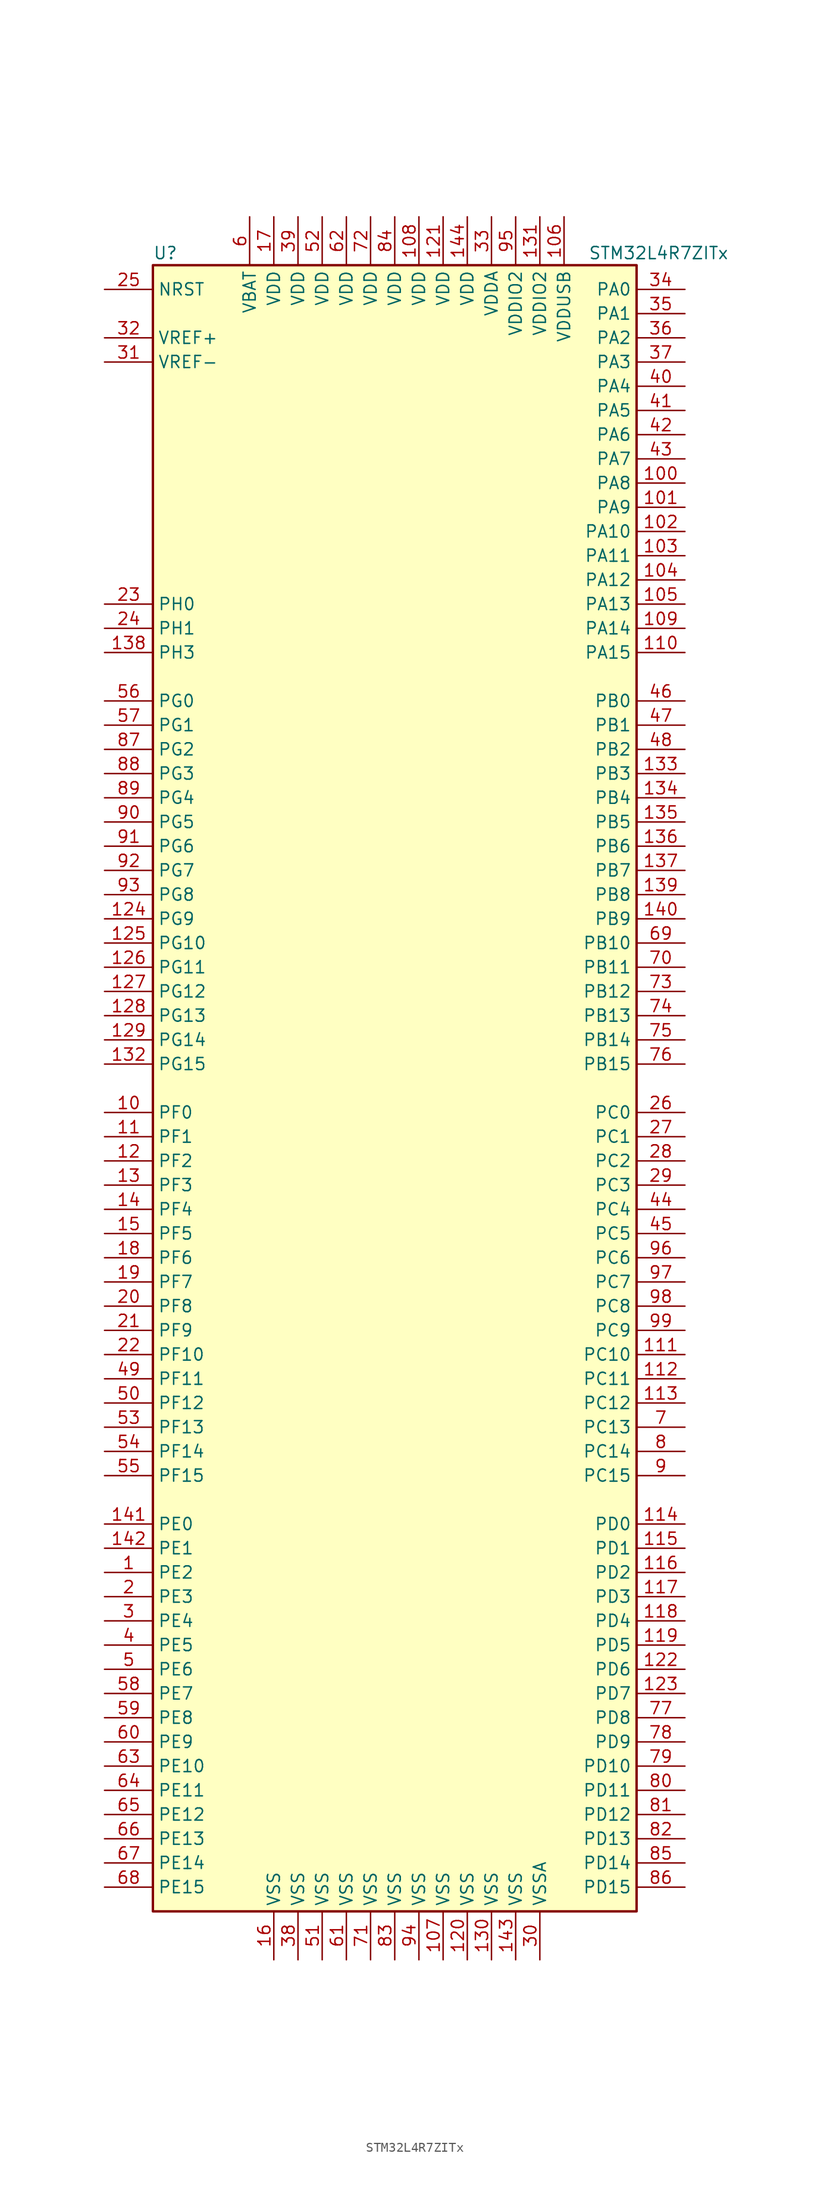
<source format=kicad_sym>
(kicad_symbol_lib
  (version 20220914)
  (generator kicad_symbol_editor)
  (symbol "STM32L4R7ZITx"
    (property "Reference" "U"
      (at -25.4 87.63 0)
      (effects (font (size 1.27 1.27)) (justify left)))
    (property "Value" "STM32L4R7ZITx"
      (at 20.32 87.63 0)
      (effects (font (size 1.27 1.27)) (justify left)))
    (symbol "STM32L4R7ZITx_0_1"
      (rectangle (start -25.4 -86.36) (end 25.4 86.36) (stroke (width 0.254) (type default)) (fill (type background))))
    (symbol "STM32L4R7ZITx_1_1"
      (pin bidirectional line (at -30.48 -50.8 0) (length 5.08) (name "PE2" (effects (font (size 1.27 1.27)))) (number "1" (effects (font (size 1.27 1.27)))))
      (pin bidirectional line (at -30.48 -2.54 0) (length 5.08) (name "PF0" (effects (font (size 1.27 1.27)))) (number "10" (effects (font (size 1.27 1.27)))))
      (pin bidirectional line (at 30.48 63.5 180) (length 5.08) (name "PA8" (effects (font (size 1.27 1.27)))) (number "100" (effects (font (size 1.27 1.27)))))
      (pin bidirectional line (at 30.48 60.96 180) (length 5.08) (name "PA9" (effects (font (size 1.27 1.27)))) (number "101" (effects (font (size 1.27 1.27)))))
      (pin bidirectional line (at 30.48 58.42 180) (length 5.08) (name "PA10" (effects (font (size 1.27 1.27)))) (number "102" (effects (font (size 1.27 1.27)))))
      (pin bidirectional line (at 30.48 55.88 180) (length 5.08) (name "PA11" (effects (font (size 1.27 1.27)))) (number "103" (effects (font (size 1.27 1.27)))))
      (pin bidirectional line (at 30.48 53.34 180) (length 5.08) (name "PA12" (effects (font (size 1.27 1.27)))) (number "104" (effects (font (size 1.27 1.27)))))
      (pin bidirectional line (at 30.48 50.8 180) (length 5.08) (name "PA13" (effects (font (size 1.27 1.27)))) (number "105" (effects (font (size 1.27 1.27)))))
      (pin power_in line (at 17.78 91.44 270) (length 5.08) (name "VDDUSB" (effects (font (size 1.27 1.27)))) (number "106" (effects (font (size 1.27 1.27)))))
      (pin power_in line (at 5.08 -91.44 90) (length 5.08) (name "VSS" (effects (font (size 1.27 1.27)))) (number "107" (effects (font (size 1.27 1.27)))))
      (pin power_in line (at 2.54 91.44 270) (length 5.08) (name "VDD" (effects (font (size 1.27 1.27)))) (number "108" (effects (font (size 1.27 1.27)))))
      (pin bidirectional line (at 30.48 48.26 180) (length 5.08) (name "PA14" (effects (font (size 1.27 1.27)))) (number "109" (effects (font (size 1.27 1.27)))))
      (pin bidirectional line (at -30.48 -5.08 0) (length 5.08) (name "PF1" (effects (font (size 1.27 1.27)))) (number "11" (effects (font (size 1.27 1.27)))))
      (pin bidirectional line (at 30.48 45.72 180) (length 5.08) (name "PA15" (effects (font (size 1.27 1.27)))) (number "110" (effects (font (size 1.27 1.27)))))
      (pin bidirectional line (at 30.48 -27.94 180) (length 5.08) (name "PC10" (effects (font (size 1.27 1.27)))) (number "111" (effects (font (size 1.27 1.27)))))
      (pin bidirectional line (at 30.48 -30.48 180) (length 5.08) (name "PC11" (effects (font (size 1.27 1.27)))) (number "112" (effects (font (size 1.27 1.27)))))
      (pin bidirectional line (at 30.48 -33.02 180) (length 5.08) (name "PC12" (effects (font (size 1.27 1.27)))) (number "113" (effects (font (size 1.27 1.27)))))
      (pin bidirectional line (at 30.48 -45.72 180) (length 5.08) (name "PD0" (effects (font (size 1.27 1.27)))) (number "114" (effects (font (size 1.27 1.27)))))
      (pin bidirectional line (at 30.48 -48.26 180) (length 5.08) (name "PD1" (effects (font (size 1.27 1.27)))) (number "115" (effects (font (size 1.27 1.27)))))
      (pin bidirectional line (at 30.48 -50.8 180) (length 5.08) (name "PD2" (effects (font (size 1.27 1.27)))) (number "116" (effects (font (size 1.27 1.27)))))
      (pin bidirectional line (at 30.48 -53.34 180) (length 5.08) (name "PD3" (effects (font (size 1.27 1.27)))) (number "117" (effects (font (size 1.27 1.27)))))
      (pin bidirectional line (at 30.48 -55.88 180) (length 5.08) (name "PD4" (effects (font (size 1.27 1.27)))) (number "118" (effects (font (size 1.27 1.27)))))
      (pin bidirectional line (at 30.48 -58.42 180) (length 5.08) (name "PD5" (effects (font (size 1.27 1.27)))) (number "119" (effects (font (size 1.27 1.27)))))
      (pin bidirectional line (at -30.48 -7.62 0) (length 5.08) (name "PF2" (effects (font (size 1.27 1.27)))) (number "12" (effects (font (size 1.27 1.27)))))
      (pin power_in line (at 7.62 -91.44 90) (length 5.08) (name "VSS" (effects (font (size 1.27 1.27)))) (number "120" (effects (font (size 1.27 1.27)))))
      (pin power_in line (at 5.08 91.44 270) (length 5.08) (name "VDD" (effects (font (size 1.27 1.27)))) (number "121" (effects (font (size 1.27 1.27)))))
      (pin bidirectional line (at 30.48 -60.96 180) (length 5.08) (name "PD6" (effects (font (size 1.27 1.27)))) (number "122" (effects (font (size 1.27 1.27)))))
      (pin bidirectional line (at 30.48 -63.5 180) (length 5.08) (name "PD7" (effects (font (size 1.27 1.27)))) (number "123" (effects (font (size 1.27 1.27)))))
      (pin bidirectional line (at -30.48 17.78 0) (length 5.08) (name "PG9" (effects (font (size 1.27 1.27)))) (number "124" (effects (font (size 1.27 1.27)))))
      (pin bidirectional line (at -30.48 15.24 0) (length 5.08) (name "PG10" (effects (font (size 1.27 1.27)))) (number "125" (effects (font (size 1.27 1.27)))))
      (pin bidirectional line (at -30.48 12.7 0) (length 5.08) (name "PG11" (effects (font (size 1.27 1.27)))) (number "126" (effects (font (size 1.27 1.27)))))
      (pin bidirectional line (at -30.48 10.16 0) (length 5.08) (name "PG12" (effects (font (size 1.27 1.27)))) (number "127" (effects (font (size 1.27 1.27)))))
      (pin bidirectional line (at -30.48 7.62 0) (length 5.08) (name "PG13" (effects (font (size 1.27 1.27)))) (number "128" (effects (font (size 1.27 1.27)))))
      (pin bidirectional line (at -30.48 5.08 0) (length 5.08) (name "PG14" (effects (font (size 1.27 1.27)))) (number "129" (effects (font (size 1.27 1.27)))))
      (pin bidirectional line (at -30.48 -10.16 0) (length 5.08) (name "PF3" (effects (font (size 1.27 1.27)))) (number "13" (effects (font (size 1.27 1.27)))))
      (pin power_in line (at 10.16 -91.44 90) (length 5.08) (name "VSS" (effects (font (size 1.27 1.27)))) (number "130" (effects (font (size 1.27 1.27)))))
      (pin power_in line (at 15.24 91.44 270) (length 5.08) (name "VDDIO2" (effects (font (size 1.27 1.27)))) (number "131" (effects (font (size 1.27 1.27)))))
      (pin bidirectional line (at -30.48 2.54 0) (length 5.08) (name "PG15" (effects (font (size 1.27 1.27)))) (number "132" (effects (font (size 1.27 1.27)))))
      (pin bidirectional line (at 30.48 33.02 180) (length 5.08) (name "PB3" (effects (font (size 1.27 1.27)))) (number "133" (effects (font (size 1.27 1.27)))))
      (pin bidirectional line (at 30.48 30.48 180) (length 5.08) (name "PB4" (effects (font (size 1.27 1.27)))) (number "134" (effects (font (size 1.27 1.27)))))
      (pin bidirectional line (at 30.48 27.94 180) (length 5.08) (name "PB5" (effects (font (size 1.27 1.27)))) (number "135" (effects (font (size 1.27 1.27)))))
      (pin bidirectional line (at 30.48 25.4 180) (length 5.08) (name "PB6" (effects (font (size 1.27 1.27)))) (number "136" (effects (font (size 1.27 1.27)))))
      (pin bidirectional line (at 30.48 22.86 180) (length 5.08) (name "PB7" (effects (font (size 1.27 1.27)))) (number "137" (effects (font (size 1.27 1.27)))))
      (pin bidirectional line (at -30.48 45.72 0) (length 5.08) (name "PH3" (effects (font (size 1.27 1.27)))) (number "138" (effects (font (size 1.27 1.27)))))
      (pin bidirectional line (at 30.48 20.32 180) (length 5.08) (name "PB8" (effects (font (size 1.27 1.27)))) (number "139" (effects (font (size 1.27 1.27)))))
      (pin bidirectional line (at -30.48 -12.7 0) (length 5.08) (name "PF4" (effects (font (size 1.27 1.27)))) (number "14" (effects (font (size 1.27 1.27)))))
      (pin bidirectional line (at 30.48 17.78 180) (length 5.08) (name "PB9" (effects (font (size 1.27 1.27)))) (number "140" (effects (font (size 1.27 1.27)))))
      (pin bidirectional line (at -30.48 -45.72 0) (length 5.08) (name "PE0" (effects (font (size 1.27 1.27)))) (number "141" (effects (font (size 1.27 1.27)))))
      (pin bidirectional line (at -30.48 -48.26 0) (length 5.08) (name "PE1" (effects (font (size 1.27 1.27)))) (number "142" (effects (font (size 1.27 1.27)))))
      (pin power_in line (at 12.7 -91.44 90) (length 5.08) (name "VSS" (effects (font (size 1.27 1.27)))) (number "143" (effects (font (size 1.27 1.27)))))
      (pin power_in line (at 7.62 91.44 270) (length 5.08) (name "VDD" (effects (font (size 1.27 1.27)))) (number "144" (effects (font (size 1.27 1.27)))))
      (pin bidirectional line (at -30.48 -15.24 0) (length 5.08) (name "PF5" (effects (font (size 1.27 1.27)))) (number "15" (effects (font (size 1.27 1.27)))))
      (pin power_in line (at -12.7 -91.44 90) (length 5.08) (name "VSS" (effects (font (size 1.27 1.27)))) (number "16" (effects (font (size 1.27 1.27)))))
      (pin power_in line (at -12.7 91.44 270) (length 5.08) (name "VDD" (effects (font (size 1.27 1.27)))) (number "17" (effects (font (size 1.27 1.27)))))
      (pin bidirectional line (at -30.48 -17.78 0) (length 5.08) (name "PF6" (effects (font (size 1.27 1.27)))) (number "18" (effects (font (size 1.27 1.27)))))
      (pin bidirectional line (at -30.48 -20.32 0) (length 5.08) (name "PF7" (effects (font (size 1.27 1.27)))) (number "19" (effects (font (size 1.27 1.27)))))
      (pin bidirectional line (at -30.48 -53.34 0) (length 5.08) (name "PE3" (effects (font (size 1.27 1.27)))) (number "2" (effects (font (size 1.27 1.27)))))
      (pin bidirectional line (at -30.48 -22.86 0) (length 5.08) (name "PF8" (effects (font (size 1.27 1.27)))) (number "20" (effects (font (size 1.27 1.27)))))
      (pin bidirectional line (at -30.48 -25.4 0) (length 5.08) (name "PF9" (effects (font (size 1.27 1.27)))) (number "21" (effects (font (size 1.27 1.27)))))
      (pin bidirectional line (at -30.48 -27.94 0) (length 5.08) (name "PF10" (effects (font (size 1.27 1.27)))) (number "22" (effects (font (size 1.27 1.27)))))
      (pin input line (at -30.48 50.8 0) (length 5.08) (name "PH0" (effects (font (size 1.27 1.27)))) (number "23" (effects (font (size 1.27 1.27)))))
      (pin input line (at -30.48 48.26 0) (length 5.08) (name "PH1" (effects (font (size 1.27 1.27)))) (number "24" (effects (font (size 1.27 1.27)))))
      (pin input line (at -30.48 83.82 0) (length 5.08) (name "NRST" (effects (font (size 1.27 1.27)))) (number "25" (effects (font (size 1.27 1.27)))))
      (pin bidirectional line (at 30.48 -2.54 180) (length 5.08) (name "PC0" (effects (font (size 1.27 1.27)))) (number "26" (effects (font (size 1.27 1.27)))))
      (pin bidirectional line (at 30.48 -5.08 180) (length 5.08) (name "PC1" (effects (font (size 1.27 1.27)))) (number "27" (effects (font (size 1.27 1.27)))))
      (pin bidirectional line (at 30.48 -7.62 180) (length 5.08) (name "PC2" (effects (font (size 1.27 1.27)))) (number "28" (effects (font (size 1.27 1.27)))))
      (pin bidirectional line (at 30.48 -10.16 180) (length 5.08) (name "PC3" (effects (font (size 1.27 1.27)))) (number "29" (effects (font (size 1.27 1.27)))))
      (pin bidirectional line (at -30.48 -55.88 0) (length 5.08) (name "PE4" (effects (font (size 1.27 1.27)))) (number "3" (effects (font (size 1.27 1.27)))))
      (pin power_in line (at 15.24 -91.44 90) (length 5.08) (name "VSSA" (effects (font (size 1.27 1.27)))) (number "30" (effects (font (size 1.27 1.27)))))
      (pin power_in line (at -30.48 76.2 0) (length 5.08) (name "VREF-" (effects (font (size 1.27 1.27)))) (number "31" (effects (font (size 1.27 1.27)))))
      (pin bidirectional line (at -30.48 78.74 0) (length 5.08) (name "VREF+" (effects (font (size 1.27 1.27)))) (number "32" (effects (font (size 1.27 1.27)))))
      (pin power_in line (at 10.16 91.44 270) (length 5.08) (name "VDDA" (effects (font (size 1.27 1.27)))) (number "33" (effects (font (size 1.27 1.27)))))
      (pin bidirectional line (at 30.48 83.82 180) (length 5.08) (name "PA0" (effects (font (size 1.27 1.27)))) (number "34" (effects (font (size 1.27 1.27)))))
      (pin bidirectional line (at 30.48 81.28 180) (length 5.08) (name "PA1" (effects (font (size 1.27 1.27)))) (number "35" (effects (font (size 1.27 1.27)))))
      (pin bidirectional line (at 30.48 78.74 180) (length 5.08) (name "PA2" (effects (font (size 1.27 1.27)))) (number "36" (effects (font (size 1.27 1.27)))))
      (pin bidirectional line (at 30.48 76.2 180) (length 5.08) (name "PA3" (effects (font (size 1.27 1.27)))) (number "37" (effects (font (size 1.27 1.27)))))
      (pin power_in line (at -10.16 -91.44 90) (length 5.08) (name "VSS" (effects (font (size 1.27 1.27)))) (number "38" (effects (font (size 1.27 1.27)))))
      (pin power_in line (at -10.16 91.44 270) (length 5.08) (name "VDD" (effects (font (size 1.27 1.27)))) (number "39" (effects (font (size 1.27 1.27)))))
      (pin bidirectional line (at -30.48 -58.42 0) (length 5.08) (name "PE5" (effects (font (size 1.27 1.27)))) (number "4" (effects (font (size 1.27 1.27)))))
      (pin bidirectional line (at 30.48 73.66 180) (length 5.08) (name "PA4" (effects (font (size 1.27 1.27)))) (number "40" (effects (font (size 1.27 1.27)))))
      (pin bidirectional line (at 30.48 71.12 180) (length 5.08) (name "PA5" (effects (font (size 1.27 1.27)))) (number "41" (effects (font (size 1.27 1.27)))))
      (pin bidirectional line (at 30.48 68.58 180) (length 5.08) (name "PA6" (effects (font (size 1.27 1.27)))) (number "42" (effects (font (size 1.27 1.27)))))
      (pin bidirectional line (at 30.48 66.04 180) (length 5.08) (name "PA7" (effects (font (size 1.27 1.27)))) (number "43" (effects (font (size 1.27 1.27)))))
      (pin bidirectional line (at 30.48 -12.7 180) (length 5.08) (name "PC4" (effects (font (size 1.27 1.27)))) (number "44" (effects (font (size 1.27 1.27)))))
      (pin bidirectional line (at 30.48 -15.24 180) (length 5.08) (name "PC5" (effects (font (size 1.27 1.27)))) (number "45" (effects (font (size 1.27 1.27)))))
      (pin bidirectional line (at 30.48 40.64 180) (length 5.08) (name "PB0" (effects (font (size 1.27 1.27)))) (number "46" (effects (font (size 1.27 1.27)))))
      (pin bidirectional line (at 30.48 38.1 180) (length 5.08) (name "PB1" (effects (font (size 1.27 1.27)))) (number "47" (effects (font (size 1.27 1.27)))))
      (pin bidirectional line (at 30.48 35.56 180) (length 5.08) (name "PB2" (effects (font (size 1.27 1.27)))) (number "48" (effects (font (size 1.27 1.27)))))
      (pin bidirectional line (at -30.48 -30.48 0) (length 5.08) (name "PF11" (effects (font (size 1.27 1.27)))) (number "49" (effects (font (size 1.27 1.27)))))
      (pin bidirectional line (at -30.48 -60.96 0) (length 5.08) (name "PE6" (effects (font (size 1.27 1.27)))) (number "5" (effects (font (size 1.27 1.27)))))
      (pin bidirectional line (at -30.48 -33.02 0) (length 5.08) (name "PF12" (effects (font (size 1.27 1.27)))) (number "50" (effects (font (size 1.27 1.27)))))
      (pin power_in line (at -7.62 -91.44 90) (length 5.08) (name "VSS" (effects (font (size 1.27 1.27)))) (number "51" (effects (font (size 1.27 1.27)))))
      (pin power_in line (at -7.62 91.44 270) (length 5.08) (name "VDD" (effects (font (size 1.27 1.27)))) (number "52" (effects (font (size 1.27 1.27)))))
      (pin bidirectional line (at -30.48 -35.56 0) (length 5.08) (name "PF13" (effects (font (size 1.27 1.27)))) (number "53" (effects (font (size 1.27 1.27)))))
      (pin bidirectional line (at -30.48 -38.1 0) (length 5.08) (name "PF14" (effects (font (size 1.27 1.27)))) (number "54" (effects (font (size 1.27 1.27)))))
      (pin bidirectional line (at -30.48 -40.64 0) (length 5.08) (name "PF15" (effects (font (size 1.27 1.27)))) (number "55" (effects (font (size 1.27 1.27)))))
      (pin bidirectional line (at -30.48 40.64 0) (length 5.08) (name "PG0" (effects (font (size 1.27 1.27)))) (number "56" (effects (font (size 1.27 1.27)))))
      (pin bidirectional line (at -30.48 38.1 0) (length 5.08) (name "PG1" (effects (font (size 1.27 1.27)))) (number "57" (effects (font (size 1.27 1.27)))))
      (pin bidirectional line (at -30.48 -63.5 0) (length 5.08) (name "PE7" (effects (font (size 1.27 1.27)))) (number "58" (effects (font (size 1.27 1.27)))))
      (pin bidirectional line (at -30.48 -66.04 0) (length 5.08) (name "PE8" (effects (font (size 1.27 1.27)))) (number "59" (effects (font (size 1.27 1.27)))))
      (pin power_in line (at -15.24 91.44 270) (length 5.08) (name "VBAT" (effects (font (size 1.27 1.27)))) (number "6" (effects (font (size 1.27 1.27)))))
      (pin bidirectional line (at -30.48 -68.58 0) (length 5.08) (name "PE9" (effects (font (size 1.27 1.27)))) (number "60" (effects (font (size 1.27 1.27)))))
      (pin power_in line (at -5.08 -91.44 90) (length 5.08) (name "VSS" (effects (font (size 1.27 1.27)))) (number "61" (effects (font (size 1.27 1.27)))))
      (pin power_in line (at -5.08 91.44 270) (length 5.08) (name "VDD" (effects (font (size 1.27 1.27)))) (number "62" (effects (font (size 1.27 1.27)))))
      (pin bidirectional line (at -30.48 -71.12 0) (length 5.08) (name "PE10" (effects (font (size 1.27 1.27)))) (number "63" (effects (font (size 1.27 1.27)))))
      (pin bidirectional line (at -30.48 -73.66 0) (length 5.08) (name "PE11" (effects (font (size 1.27 1.27)))) (number "64" (effects (font (size 1.27 1.27)))))
      (pin bidirectional line (at -30.48 -76.2 0) (length 5.08) (name "PE12" (effects (font (size 1.27 1.27)))) (number "65" (effects (font (size 1.27 1.27)))))
      (pin bidirectional line (at -30.48 -78.74 0) (length 5.08) (name "PE13" (effects (font (size 1.27 1.27)))) (number "66" (effects (font (size 1.27 1.27)))))
      (pin bidirectional line (at -30.48 -81.28 0) (length 5.08) (name "PE14" (effects (font (size 1.27 1.27)))) (number "67" (effects (font (size 1.27 1.27)))))
      (pin bidirectional line (at -30.48 -83.82 0) (length 5.08) (name "PE15" (effects (font (size 1.27 1.27)))) (number "68" (effects (font (size 1.27 1.27)))))
      (pin bidirectional line (at 30.48 15.24 180) (length 5.08) (name "PB10" (effects (font (size 1.27 1.27)))) (number "69" (effects (font (size 1.27 1.27)))))
      (pin bidirectional line (at 30.48 -35.56 180) (length 5.08) (name "PC13" (effects (font (size 1.27 1.27)))) (number "7" (effects (font (size 1.27 1.27)))))
      (pin bidirectional line (at 30.48 12.7 180) (length 5.08) (name "PB11" (effects (font (size 1.27 1.27)))) (number "70" (effects (font (size 1.27 1.27)))))
      (pin power_in line (at -2.54 -91.44 90) (length 5.08) (name "VSS" (effects (font (size 1.27 1.27)))) (number "71" (effects (font (size 1.27 1.27)))))
      (pin power_in line (at -2.54 91.44 270) (length 5.08) (name "VDD" (effects (font (size 1.27 1.27)))) (number "72" (effects (font (size 1.27 1.27)))))
      (pin bidirectional line (at 30.48 10.16 180) (length 5.08) (name "PB12" (effects (font (size 1.27 1.27)))) (number "73" (effects (font (size 1.27 1.27)))))
      (pin bidirectional line (at 30.48 7.62 180) (length 5.08) (name "PB13" (effects (font (size 1.27 1.27)))) (number "74" (effects (font (size 1.27 1.27)))))
      (pin bidirectional line (at 30.48 5.08 180) (length 5.08) (name "PB14" (effects (font (size 1.27 1.27)))) (number "75" (effects (font (size 1.27 1.27)))))
      (pin bidirectional line (at 30.48 2.54 180) (length 5.08) (name "PB15" (effects (font (size 1.27 1.27)))) (number "76" (effects (font (size 1.27 1.27)))))
      (pin bidirectional line (at 30.48 -66.04 180) (length 5.08) (name "PD8" (effects (font (size 1.27 1.27)))) (number "77" (effects (font (size 1.27 1.27)))))
      (pin bidirectional line (at 30.48 -68.58 180) (length 5.08) (name "PD9" (effects (font (size 1.27 1.27)))) (number "78" (effects (font (size 1.27 1.27)))))
      (pin bidirectional line (at 30.48 -71.12 180) (length 5.08) (name "PD10" (effects (font (size 1.27 1.27)))) (number "79" (effects (font (size 1.27 1.27)))))
      (pin bidirectional line (at 30.48 -38.1 180) (length 5.08) (name "PC14" (effects (font (size 1.27 1.27)))) (number "8" (effects (font (size 1.27 1.27)))))
      (pin bidirectional line (at 30.48 -73.66 180) (length 5.08) (name "PD11" (effects (font (size 1.27 1.27)))) (number "80" (effects (font (size 1.27 1.27)))))
      (pin bidirectional line (at 30.48 -76.2 180) (length 5.08) (name "PD12" (effects (font (size 1.27 1.27)))) (number "81" (effects (font (size 1.27 1.27)))))
      (pin bidirectional line (at 30.48 -78.74 180) (length 5.08) (name "PD13" (effects (font (size 1.27 1.27)))) (number "82" (effects (font (size 1.27 1.27)))))
      (pin power_in line (at 0 -91.44 90) (length 5.08) (name "VSS" (effects (font (size 1.27 1.27)))) (number "83" (effects (font (size 1.27 1.27)))))
      (pin power_in line (at 0 91.44 270) (length 5.08) (name "VDD" (effects (font (size 1.27 1.27)))) (number "84" (effects (font (size 1.27 1.27)))))
      (pin bidirectional line (at 30.48 -81.28 180) (length 5.08) (name "PD14" (effects (font (size 1.27 1.27)))) (number "85" (effects (font (size 1.27 1.27)))))
      (pin bidirectional line (at 30.48 -83.82 180) (length 5.08) (name "PD15" (effects (font (size 1.27 1.27)))) (number "86" (effects (font (size 1.27 1.27)))))
      (pin bidirectional line (at -30.48 35.56 0) (length 5.08) (name "PG2" (effects (font (size 1.27 1.27)))) (number "87" (effects (font (size 1.27 1.27)))))
      (pin bidirectional line (at -30.48 33.02 0) (length 5.08) (name "PG3" (effects (font (size 1.27 1.27)))) (number "88" (effects (font (size 1.27 1.27)))))
      (pin bidirectional line (at -30.48 30.48 0) (length 5.08) (name "PG4" (effects (font (size 1.27 1.27)))) (number "89" (effects (font (size 1.27 1.27)))))
      (pin bidirectional line (at 30.48 -40.64 180) (length 5.08) (name "PC15" (effects (font (size 1.27 1.27)))) (number "9" (effects (font (size 1.27 1.27)))))
      (pin bidirectional line (at -30.48 27.94 0) (length 5.08) (name "PG5" (effects (font (size 1.27 1.27)))) (number "90" (effects (font (size 1.27 1.27)))))
      (pin bidirectional line (at -30.48 25.4 0) (length 5.08) (name "PG6" (effects (font (size 1.27 1.27)))) (number "91" (effects (font (size 1.27 1.27)))))
      (pin bidirectional line (at -30.48 22.86 0) (length 5.08) (name "PG7" (effects (font (size 1.27 1.27)))) (number "92" (effects (font (size 1.27 1.27)))))
      (pin bidirectional line (at -30.48 20.32 0) (length 5.08) (name "PG8" (effects (font (size 1.27 1.27)))) (number "93" (effects (font (size 1.27 1.27)))))
      (pin power_in line (at 2.54 -91.44 90) (length 5.08) (name "VSS" (effects (font (size 1.27 1.27)))) (number "94" (effects (font (size 1.27 1.27)))))
      (pin power_in line (at 12.7 91.44 270) (length 5.08) (name "VDDIO2" (effects (font (size 1.27 1.27)))) (number "95" (effects (font (size 1.27 1.27)))))
      (pin bidirectional line (at 30.48 -17.78 180) (length 5.08) (name "PC6" (effects (font (size 1.27 1.27)))) (number "96" (effects (font (size 1.27 1.27)))))
      (pin bidirectional line (at 30.48 -20.32 180) (length 5.08) (name "PC7" (effects (font (size 1.27 1.27)))) (number "97" (effects (font (size 1.27 1.27)))))
      (pin bidirectional line (at 30.48 -22.86 180) (length 5.08) (name "PC8" (effects (font (size 1.27 1.27)))) (number "98" (effects (font (size 1.27 1.27)))))
      (pin bidirectional line (at 30.48 -25.4 180) (length 5.08) (name "PC9" (effects (font (size 1.27 1.27)))) (number "99" (effects (font (size 1.27 1.27))))))))
</source>
